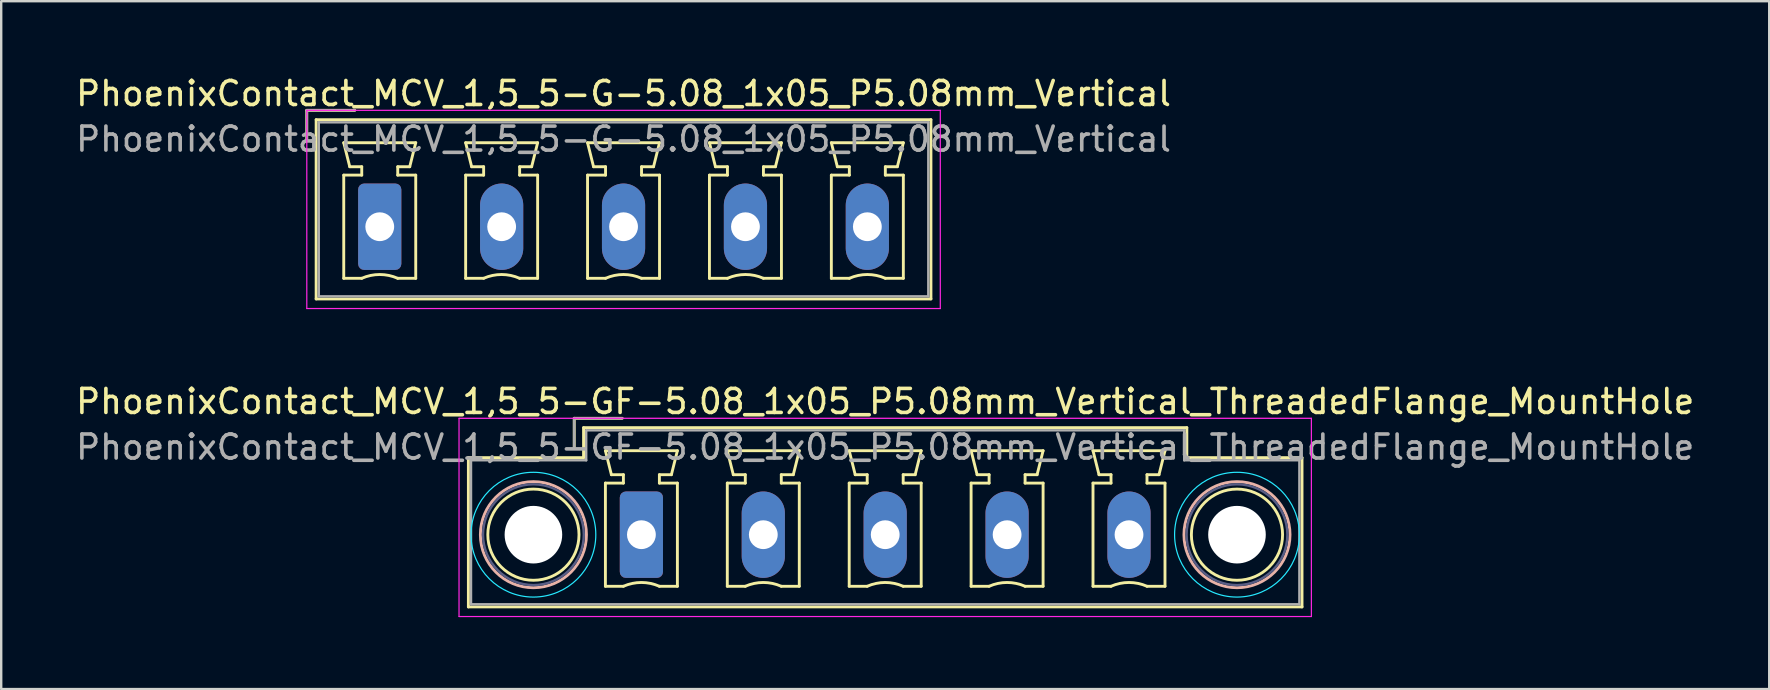
<source format=kicad_pcb>
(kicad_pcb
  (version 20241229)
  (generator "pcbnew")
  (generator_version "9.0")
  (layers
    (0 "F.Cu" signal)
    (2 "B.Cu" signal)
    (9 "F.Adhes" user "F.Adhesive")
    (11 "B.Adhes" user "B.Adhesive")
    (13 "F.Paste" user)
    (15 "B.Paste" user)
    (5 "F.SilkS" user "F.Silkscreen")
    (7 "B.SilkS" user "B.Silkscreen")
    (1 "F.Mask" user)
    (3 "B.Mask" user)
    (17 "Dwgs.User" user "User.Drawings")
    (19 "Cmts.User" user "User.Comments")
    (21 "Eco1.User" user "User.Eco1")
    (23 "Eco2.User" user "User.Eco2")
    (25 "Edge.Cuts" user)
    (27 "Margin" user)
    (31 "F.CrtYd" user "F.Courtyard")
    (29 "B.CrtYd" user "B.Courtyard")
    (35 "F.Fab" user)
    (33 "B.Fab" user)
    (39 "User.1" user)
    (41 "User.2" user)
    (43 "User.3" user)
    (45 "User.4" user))
  (footprint "PhoenixContact_MCV_1,5_5-GF-5.08_1x05_P5.08mm_Vertical_ThreadedFlange_MountHole"
    (layer "F.Cu")
    (at 23.679 19.232)
    (property "Reference" "PhoenixContact_MCV_1,5_5-GF-5.08_1x05_P5.08mm_Vertical_ThreadedFlange_MountHole" (at 10.16 -5.55 0) (layer "F.SilkS") (effects (font (size 1 1) (thickness 0.15))))
    (attr through_hole)
    (fp_line (start -7.21 -3.21) (end -7.21 3.01) (stroke (width 0.12) (type solid)) (layer "F.SilkS"))
    (fp_line (start -7.21 3.01) (end 27.53 3.01) (stroke (width 0.12) (type solid)) (layer "F.SilkS"))
    (fp_line (start -2.8 -4.85) (end -0.8 -4.85) (stroke (width 0.12) (type solid)) (layer "F.SilkS"))
    (fp_line (start -2.8 -3.6) (end -2.8 -4.85) (stroke (width 0.12) (type solid)) (layer "F.SilkS"))
    (fp_line (start -2.41 -4.46) (end -2.41 -3.21) (stroke (width 0.12) (type solid)) (layer "F.SilkS"))
    (fp_line (start -2.41 -3.21) (end -7.21 -3.21) (stroke (width 0.12) (type solid)) (layer "F.SilkS"))
    (fp_line (start -1.5 -3.5) (end 1.5 -3.5) (stroke (width 0.12) (type solid)) (layer "F.SilkS"))
    (fp_line (start -1.5 -2.15) (end -0.75 -2.15) (stroke (width 0.12) (type solid)) (layer "F.SilkS"))
    (fp_line (start -1.5 2.15) (end -1.5 -2.15) (stroke (width 0.12) (type solid)) (layer "F.SilkS"))
    (fp_line (start -1.25 -2.5) (end -1.5 -3.5) (stroke (width 0.12) (type solid)) (layer "F.SilkS"))
    (fp_line (start -0.75 -2.5) (end -1.25 -2.5) (stroke (width 0.12) (type solid)) (layer "F.SilkS"))
    (fp_line (start -0.75 -2.15) (end -0.75 -2.5) (stroke (width 0.12) (type solid)) (layer "F.SilkS"))
    (fp_line (start -0.75 2.15) (end -1.5 2.15) (stroke (width 0.12) (type solid)) (layer "F.SilkS"))
    (fp_line (start 0.75 -2.5) (end 0.75 -2.15) (stroke (width 0.12) (type solid)) (layer "F.SilkS"))
    (fp_line (start 0.75 -2.15) (end 1.5 -2.15) (stroke (width 0.12) (type solid)) (layer "F.SilkS"))
    (fp_line (start 1.25 -2.5) (end 0.75 -2.5) (stroke (width 0.12) (type solid)) (layer "F.SilkS"))
    (fp_line (start 1.5 -3.5) (end 1.25 -2.5) (stroke (width 0.12) (type solid)) (layer "F.SilkS"))
    (fp_line (start 1.5 -2.15) (end 1.5 2.15) (stroke (width 0.12) (type solid)) (layer "F.SilkS"))
    (fp_line (start 1.5 2.15) (end 0.75 2.15) (stroke (width 0.12) (type solid)) (layer "F.SilkS"))
    (fp_line (start 3.58 -3.5) (end 6.58 -3.5) (stroke (width 0.12) (type solid)) (layer "F.SilkS"))
    (fp_line (start 3.58 -2.15) (end 4.33 -2.15) (stroke (width 0.12) (type solid)) (layer "F.SilkS"))
    (fp_line (start 3.58 2.15) (end 3.58 -2.15) (stroke (width 0.12) (type solid)) (layer "F.SilkS"))
    (fp_line (start 3.83 -2.5) (end 3.58 -3.5) (stroke (width 0.12) (type solid)) (layer "F.SilkS"))
    (fp_line (start 4.33 -2.5) (end 3.83 -2.5) (stroke (width 0.12) (type solid)) (layer "F.SilkS"))
    (fp_line (start 4.33 -2.15) (end 4.33 -2.5) (stroke (width 0.12) (type solid)) (layer "F.SilkS"))
    (fp_line (start 4.33 2.15) (end 3.58 2.15) (stroke (width 0.12) (type solid)) (layer "F.SilkS"))
    (fp_line (start 5.83 -2.5) (end 5.83 -2.15) (stroke (width 0.12) (type solid)) (layer "F.SilkS"))
    (fp_line (start 5.83 -2.15) (end 6.58 -2.15) (stroke (width 0.12) (type solid)) (layer "F.SilkS"))
    (fp_line (start 6.33 -2.5) (end 5.83 -2.5) (stroke (width 0.12) (type solid)) (layer "F.SilkS"))
    (fp_line (start 6.58 -3.5) (end 6.33 -2.5) (stroke (width 0.12) (type solid)) (layer "F.SilkS"))
    (fp_line (start 6.58 -2.15) (end 6.58 2.15) (stroke (width 0.12) (type solid)) (layer "F.SilkS"))
    (fp_line (start 6.58 2.15) (end 5.83 2.15) (stroke (width 0.12) (type solid)) (layer "F.SilkS"))
    (fp_line (start 8.66 -3.5) (end 11.66 -3.5) (stroke (width 0.12) (type solid)) (layer "F.SilkS"))
    (fp_line (start 8.66 -2.15) (end 9.41 -2.15) (stroke (width 0.12) (type solid)) (layer "F.SilkS"))
    (fp_line (start 8.66 2.15) (end 8.66 -2.15) (stroke (width 0.12) (type solid)) (layer "F.SilkS"))
    (fp_line (start 8.91 -2.5) (end 8.66 -3.5) (stroke (width 0.12) (type solid)) (layer "F.SilkS"))
    (fp_line (start 9.41 -2.5) (end 8.91 -2.5) (stroke (width 0.12) (type solid)) (layer "F.SilkS"))
    (fp_line (start 9.41 -2.15) (end 9.41 -2.5) (stroke (width 0.12) (type solid)) (layer "F.SilkS"))
    (fp_line (start 9.41 2.15) (end 8.66 2.15) (stroke (width 0.12) (type solid)) (layer "F.SilkS"))
    (fp_line (start 10.91 -2.5) (end 10.91 -2.15) (stroke (width 0.12) (type solid)) (layer "F.SilkS"))
    (fp_line (start 10.91 -2.15) (end 11.66 -2.15) (stroke (width 0.12) (type solid)) (layer "F.SilkS"))
    (fp_line (start 11.41 -2.5) (end 10.91 -2.5) (stroke (width 0.12) (type solid)) (layer "F.SilkS"))
    (fp_line (start 11.66 -3.5) (end 11.41 -2.5) (stroke (width 0.12) (type solid)) (layer "F.SilkS"))
    (fp_line (start 11.66 -2.15) (end 11.66 2.15) (stroke (width 0.12) (type solid)) (layer "F.SilkS"))
    (fp_line (start 11.66 2.15) (end 10.91 2.15) (stroke (width 0.12) (type solid)) (layer "F.SilkS"))
    (fp_line (start 13.74 -3.5) (end 16.74 -3.5) (stroke (width 0.12) (type solid)) (layer "F.SilkS"))
    (fp_line (start 13.74 -2.15) (end 14.49 -2.15) (stroke (width 0.12) (type solid)) (layer "F.SilkS"))
    (fp_line (start 13.74 2.15) (end 13.74 -2.15) (stroke (width 0.12) (type solid)) (layer "F.SilkS"))
    (fp_line (start 13.99 -2.5) (end 13.74 -3.5) (stroke (width 0.12) (type solid)) (layer "F.SilkS"))
    (fp_line (start 14.49 -2.5) (end 13.99 -2.5) (stroke (width 0.12) (type solid)) (layer "F.SilkS"))
    (fp_line (start 14.49 -2.15) (end 14.49 -2.5) (stroke (width 0.12) (type solid)) (layer "F.SilkS"))
    (fp_line (start 14.49 2.15) (end 13.74 2.15) (stroke (width 0.12) (type solid)) (layer "F.SilkS"))
    (fp_line (start 15.99 -2.5) (end 15.99 -2.15) (stroke (width 0.12) (type solid)) (layer "F.SilkS"))
    (fp_line (start 15.99 -2.15) (end 16.74 -2.15) (stroke (width 0.12) (type solid)) (layer "F.SilkS"))
    (fp_line (start 16.49 -2.5) (end 15.99 -2.5) (stroke (width 0.12) (type solid)) (layer "F.SilkS"))
    (fp_line (start 16.74 -3.5) (end 16.49 -2.5) (stroke (width 0.12) (type solid)) (layer "F.SilkS"))
    (fp_line (start 16.74 -2.15) (end 16.74 2.15) (stroke (width 0.12) (type solid)) (layer "F.SilkS"))
    (fp_line (start 16.74 2.15) (end 15.99 2.15) (stroke (width 0.12) (type solid)) (layer "F.SilkS"))
    (fp_line (start 18.82 -3.5) (end 21.82 -3.5) (stroke (width 0.12) (type solid)) (layer "F.SilkS"))
    (fp_line (start 18.82 -2.15) (end 19.57 -2.15) (stroke (width 0.12) (type solid)) (layer "F.SilkS"))
    (fp_line (start 18.82 2.15) (end 18.82 -2.15) (stroke (width 0.12) (type solid)) (layer "F.SilkS"))
    (fp_line (start 19.07 -2.5) (end 18.82 -3.5) (stroke (width 0.12) (type solid)) (layer "F.SilkS"))
    (fp_line (start 19.57 -2.5) (end 19.07 -2.5) (stroke (width 0.12) (type solid)) (layer "F.SilkS"))
    (fp_line (start 19.57 -2.15) (end 19.57 -2.5) (stroke (width 0.12) (type solid)) (layer "F.SilkS"))
    (fp_line (start 19.57 2.15) (end 18.82 2.15) (stroke (width 0.12) (type solid)) (layer "F.SilkS"))
    (fp_line (start 21.07 -2.5) (end 21.07 -2.15) (stroke (width 0.12) (type solid)) (layer "F.SilkS"))
    (fp_line (start 21.07 -2.15) (end 21.82 -2.15) (stroke (width 0.12) (type solid)) (layer "F.SilkS"))
    (fp_line (start 21.57 -2.5) (end 21.07 -2.5) (stroke (width 0.12) (type solid)) (layer "F.SilkS"))
    (fp_line (start 21.82 -3.5) (end 21.57 -2.5) (stroke (width 0.12) (type solid)) (layer "F.SilkS"))
    (fp_line (start 21.82 -2.15) (end 21.82 2.15) (stroke (width 0.12) (type solid)) (layer "F.SilkS"))
    (fp_line (start 21.82 2.15) (end 21.07 2.15) (stroke (width 0.12) (type solid)) (layer "F.SilkS"))
    (fp_line (start 22.73 -4.46) (end -2.41 -4.46) (stroke (width 0.12) (type solid)) (layer "F.SilkS"))
    (fp_line (start 22.73 -3.21) (end 22.73 -4.46) (stroke (width 0.12) (type solid)) (layer "F.SilkS"))
    (fp_line (start 27.53 -3.21) (end 22.73 -3.21) (stroke (width 0.12) (type solid)) (layer "F.SilkS"))
    (fp_line (start 27.53 3.01) (end 27.53 -3.21) (stroke (width 0.12) (type solid)) (layer "F.SilkS"))
    (fp_arc (start -0.75 2.15) (mid -0.000193 1.99191) (end 0.749647 2.149844) (stroke (width 0.12) (type solid)) (layer "F.SilkS"))
    (fp_arc (start 4.33 2.15) (mid 5.079807 1.99191) (end 5.829647 2.149844) (stroke (width 0.12) (type solid)) (layer "F.SilkS"))
    (fp_arc (start 9.41 2.15) (mid 10.159807 1.99191) (end 10.909647 2.149844) (stroke (width 0.12) (type solid)) (layer "F.SilkS"))
    (fp_arc (start 14.49 2.15) (mid 15.239807 1.99191) (end 15.989647 2.149844) (stroke (width 0.12) (type solid)) (layer "F.SilkS"))
    (fp_arc (start 19.57 2.15) (mid 20.319807 1.99191) (end 21.069647 2.149844) (stroke (width 0.12) (type solid)) (layer "F.SilkS"))
    (fp_circle (center -4.5 0) (end -2.6 0) (stroke (width 0.12) (type solid)) (fill no) (layer "F.SilkS"))
    (fp_circle (center 24.82 0) (end 26.72 0) (stroke (width 0.12) (type solid)) (fill no) (layer "F.SilkS"))
    (fp_circle (center -4.5 0) (end -2.29 0) (stroke (width 0.12) (type solid)) (fill no) (layer "B.SilkS"))
    (fp_circle (center 24.82 0) (end 27.03 0) (stroke (width 0.12) (type solid)) (fill no) (layer "B.SilkS"))
    (fp_circle (center -4.5 0) (end -1.9 0) (stroke (width 0.05) (type solid)) (fill no) (layer "B.CrtYd"))
    (fp_circle (center 24.82 0) (end 27.42 0) (stroke (width 0.05) (type solid)) (fill no) (layer "B.CrtYd"))
    (fp_line (start -7.6 -4.85) (end -7.6 3.41) (stroke (width 0.05) (type solid)) (layer "F.CrtYd"))
    (fp_line (start -7.6 3.41) (end 27.92 3.41) (stroke (width 0.05) (type solid)) (layer "F.CrtYd"))
    (fp_line (start 27.92 -4.85) (end -7.6 -4.85) (stroke (width 0.05) (type solid)) (layer "F.CrtYd"))
    (fp_line (start 27.92 3.41) (end 27.92 -4.85) (stroke (width 0.05) (type solid)) (layer "F.CrtYd"))
    (fp_circle (center -4.5 0) (end -2.4 0) (stroke (width 0.1) (type solid)) (fill no) (layer "B.Fab"))
    (fp_circle (center 24.82 0) (end 26.92 0) (stroke (width 0.1) (type solid)) (fill no) (layer "B.Fab"))
    (fp_line (start -7.1 -3.1) (end -7.1 2.9) (stroke (width 0.1) (type solid)) (layer "F.Fab"))
    (fp_line (start -7.1 2.9) (end 27.42 2.9) (stroke (width 0.1) (type solid)) (layer "F.Fab"))
    (fp_line (start -2.8 -4.85) (end -0.8 -4.85) (stroke (width 0.1) (type solid)) (layer "F.Fab"))
    (fp_line (start -2.8 -3.6) (end -2.8 -4.85) (stroke (width 0.1) (type solid)) (layer "F.Fab"))
    (fp_line (start -2.3 -4.35) (end -2.3 -3.1) (stroke (width 0.1) (type solid)) (layer "F.Fab"))
    (fp_line (start -2.3 -3.1) (end -7.1 -3.1) (stroke (width 0.1) (type solid)) (layer "F.Fab"))
    (fp_line (start 22.62 -4.35) (end -2.3 -4.35) (stroke (width 0.1) (type solid)) (layer "F.Fab"))
    (fp_line (start 22.62 -3.1) (end 22.62 -4.35) (stroke (width 0.1) (type solid)) (layer "F.Fab"))
    (fp_line (start 27.42 -3.1) (end 22.62 -3.1) (stroke (width 0.1) (type solid)) (layer "F.Fab"))
    (fp_line (start 27.42 2.9) (end 27.42 -3.1) (stroke (width 0.1) (type solid)) (layer "F.Fab"))
    (fp_text user "${REFERENCE}" (at 10.16 -3.65 0) (layer "F.Fab") (effects (font (size 1 1) (thickness 0.15))))
    (pad "" np_thru_hole circle (at -4.5 0) (size 2.4 2.4) (drill 2.4) (layers "*.Cu" "*.Mask"))
    (pad "" np_thru_hole circle (at 24.82 0) (size 2.4 2.4) (drill 2.4) (layers "*.Cu" "*.Mask"))
    (pad "1" thru_hole roundrect (at 0 0) (size 1.8 3.6) (drill 1.2) (layers "*.Cu" "*.Mask") (roundrect_rratio 0.139))
    (pad "2" thru_hole oval (at 5.08 0) (size 1.8 3.6) (drill 1.2) (layers "*.Cu" "*.Mask"))
    (pad "3" thru_hole oval (at 10.16 0) (size 1.8 3.6) (drill 1.2) (layers "*.Cu" "*.Mask"))
    (pad "4" thru_hole oval (at 15.24 0) (size 1.8 3.6) (drill 1.2) (layers "*.Cu" "*.Mask"))
    (pad "5" thru_hole oval (at 20.32 0) (size 1.8 3.6) (drill 1.2) (layers "*.Cu" "*.Mask")))
  (footprint "PhoenixContact_MCV_1,5_5-G-5.08_1x05_P5.08mm_Vertical"
    (layer "F.Cu")
    (at 12.775 6.398)
    (property "Reference" "PhoenixContact_MCV_1,5_5-G-5.08_1x05_P5.08mm_Vertical" (at 10.16 -5.55 0) (layer "F.SilkS") (effects (font (size 1 1) (thickness 0.15))))
    (attr through_hole)
    (fp_line (start -3.04 -4.85) (end -1.04 -4.85) (stroke (width 0.12) (type solid)) (layer "F.SilkS"))
    (fp_line (start -3.04 -3.6) (end -3.04 -4.85) (stroke (width 0.12) (type solid)) (layer "F.SilkS"))
    (fp_line (start -2.65 -4.46) (end -2.65 3.01) (stroke (width 0.12) (type solid)) (layer "F.SilkS"))
    (fp_line (start -2.65 3.01) (end 22.97 3.01) (stroke (width 0.12) (type solid)) (layer "F.SilkS"))
    (fp_line (start -1.5 -3.5) (end 1.5 -3.5) (stroke (width 0.12) (type solid)) (layer "F.SilkS"))
    (fp_line (start -1.5 -2.15) (end -0.75 -2.15) (stroke (width 0.12) (type solid)) (layer "F.SilkS"))
    (fp_line (start -1.5 2.15) (end -1.5 -2.15) (stroke (width 0.12) (type solid)) (layer "F.SilkS"))
    (fp_line (start -1.25 -2.5) (end -1.5 -3.5) (stroke (width 0.12) (type solid)) (layer "F.SilkS"))
    (fp_line (start -0.75 -2.5) (end -1.25 -2.5) (stroke (width 0.12) (type solid)) (layer "F.SilkS"))
    (fp_line (start -0.75 -2.15) (end -0.75 -2.5) (stroke (width 0.12) (type solid)) (layer "F.SilkS"))
    (fp_line (start -0.75 2.15) (end -1.5 2.15) (stroke (width 0.12) (type solid)) (layer "F.SilkS"))
    (fp_line (start 0.75 -2.5) (end 0.75 -2.15) (stroke (width 0.12) (type solid)) (layer "F.SilkS"))
    (fp_line (start 0.75 -2.15) (end 1.5 -2.15) (stroke (width 0.12) (type solid)) (layer "F.SilkS"))
    (fp_line (start 1.25 -2.5) (end 0.75 -2.5) (stroke (width 0.12) (type solid)) (layer "F.SilkS"))
    (fp_line (start 1.5 -3.5) (end 1.25 -2.5) (stroke (width 0.12) (type solid)) (layer "F.SilkS"))
    (fp_line (start 1.5 -2.15) (end 1.5 2.15) (stroke (width 0.12) (type solid)) (layer "F.SilkS"))
    (fp_line (start 1.5 2.15) (end 0.75 2.15) (stroke (width 0.12) (type solid)) (layer "F.SilkS"))
    (fp_line (start 3.58 -3.5) (end 6.58 -3.5) (stroke (width 0.12) (type solid)) (layer "F.SilkS"))
    (fp_line (start 3.58 -2.15) (end 4.33 -2.15) (stroke (width 0.12) (type solid)) (layer "F.SilkS"))
    (fp_line (start 3.58 2.15) (end 3.58 -2.15) (stroke (width 0.12) (type solid)) (layer "F.SilkS"))
    (fp_line (start 3.83 -2.5) (end 3.58 -3.5) (stroke (width 0.12) (type solid)) (layer "F.SilkS"))
    (fp_line (start 4.33 -2.5) (end 3.83 -2.5) (stroke (width 0.12) (type solid)) (layer "F.SilkS"))
    (fp_line (start 4.33 -2.15) (end 4.33 -2.5) (stroke (width 0.12) (type solid)) (layer "F.SilkS"))
    (fp_line (start 4.33 2.15) (end 3.58 2.15) (stroke (width 0.12) (type solid)) (layer "F.SilkS"))
    (fp_line (start 5.83 -2.5) (end 5.83 -2.15) (stroke (width 0.12) (type solid)) (layer "F.SilkS"))
    (fp_line (start 5.83 -2.15) (end 6.58 -2.15) (stroke (width 0.12) (type solid)) (layer "F.SilkS"))
    (fp_line (start 6.33 -2.5) (end 5.83 -2.5) (stroke (width 0.12) (type solid)) (layer "F.SilkS"))
    (fp_line (start 6.58 -3.5) (end 6.33 -2.5) (stroke (width 0.12) (type solid)) (layer "F.SilkS"))
    (fp_line (start 6.58 -2.15) (end 6.58 2.15) (stroke (width 0.12) (type solid)) (layer "F.SilkS"))
    (fp_line (start 6.58 2.15) (end 5.83 2.15) (stroke (width 0.12) (type solid)) (layer "F.SilkS"))
    (fp_line (start 8.66 -3.5) (end 11.66 -3.5) (stroke (width 0.12) (type solid)) (layer "F.SilkS"))
    (fp_line (start 8.66 -2.15) (end 9.41 -2.15) (stroke (width 0.12) (type solid)) (layer "F.SilkS"))
    (fp_line (start 8.66 2.15) (end 8.66 -2.15) (stroke (width 0.12) (type solid)) (layer "F.SilkS"))
    (fp_line (start 8.91 -2.5) (end 8.66 -3.5) (stroke (width 0.12) (type solid)) (layer "F.SilkS"))
    (fp_line (start 9.41 -2.5) (end 8.91 -2.5) (stroke (width 0.12) (type solid)) (layer "F.SilkS"))
    (fp_line (start 9.41 -2.15) (end 9.41 -2.5) (stroke (width 0.12) (type solid)) (layer "F.SilkS"))
    (fp_line (start 9.41 2.15) (end 8.66 2.15) (stroke (width 0.12) (type solid)) (layer "F.SilkS"))
    (fp_line (start 10.91 -2.5) (end 10.91 -2.15) (stroke (width 0.12) (type solid)) (layer "F.SilkS"))
    (fp_line (start 10.91 -2.15) (end 11.66 -2.15) (stroke (width 0.12) (type solid)) (layer "F.SilkS"))
    (fp_line (start 11.41 -2.5) (end 10.91 -2.5) (stroke (width 0.12) (type solid)) (layer "F.SilkS"))
    (fp_line (start 11.66 -3.5) (end 11.41 -2.5) (stroke (width 0.12) (type solid)) (layer "F.SilkS"))
    (fp_line (start 11.66 -2.15) (end 11.66 2.15) (stroke (width 0.12) (type solid)) (layer "F.SilkS"))
    (fp_line (start 11.66 2.15) (end 10.91 2.15) (stroke (width 0.12) (type solid)) (layer "F.SilkS"))
    (fp_line (start 13.74 -3.5) (end 16.74 -3.5) (stroke (width 0.12) (type solid)) (layer "F.SilkS"))
    (fp_line (start 13.74 -2.15) (end 14.49 -2.15) (stroke (width 0.12) (type solid)) (layer "F.SilkS"))
    (fp_line (start 13.74 2.15) (end 13.74 -2.15) (stroke (width 0.12) (type solid)) (layer "F.SilkS"))
    (fp_line (start 13.99 -2.5) (end 13.74 -3.5) (stroke (width 0.12) (type solid)) (layer "F.SilkS"))
    (fp_line (start 14.49 -2.5) (end 13.99 -2.5) (stroke (width 0.12) (type solid)) (layer "F.SilkS"))
    (fp_line (start 14.49 -2.15) (end 14.49 -2.5) (stroke (width 0.12) (type solid)) (layer "F.SilkS"))
    (fp_line (start 14.49 2.15) (end 13.74 2.15) (stroke (width 0.12) (type solid)) (layer "F.SilkS"))
    (fp_line (start 15.99 -2.5) (end 15.99 -2.15) (stroke (width 0.12) (type solid)) (layer "F.SilkS"))
    (fp_line (start 15.99 -2.15) (end 16.74 -2.15) (stroke (width 0.12) (type solid)) (layer "F.SilkS"))
    (fp_line (start 16.49 -2.5) (end 15.99 -2.5) (stroke (width 0.12) (type solid)) (layer "F.SilkS"))
    (fp_line (start 16.74 -3.5) (end 16.49 -2.5) (stroke (width 0.12) (type solid)) (layer "F.SilkS"))
    (fp_line (start 16.74 -2.15) (end 16.74 2.15) (stroke (width 0.12) (type solid)) (layer "F.SilkS"))
    (fp_line (start 16.74 2.15) (end 15.99 2.15) (stroke (width 0.12) (type solid)) (layer "F.SilkS"))
    (fp_line (start 18.82 -3.5) (end 21.82 -3.5) (stroke (width 0.12) (type solid)) (layer "F.SilkS"))
    (fp_line (start 18.82 -2.15) (end 19.57 -2.15) (stroke (width 0.12) (type solid)) (layer "F.SilkS"))
    (fp_line (start 18.82 2.15) (end 18.82 -2.15) (stroke (width 0.12) (type solid)) (layer "F.SilkS"))
    (fp_line (start 19.07 -2.5) (end 18.82 -3.5) (stroke (width 0.12) (type solid)) (layer "F.SilkS"))
    (fp_line (start 19.57 -2.5) (end 19.07 -2.5) (stroke (width 0.12) (type solid)) (layer "F.SilkS"))
    (fp_line (start 19.57 -2.15) (end 19.57 -2.5) (stroke (width 0.12) (type solid)) (layer "F.SilkS"))
    (fp_line (start 19.57 2.15) (end 18.82 2.15) (stroke (width 0.12) (type solid)) (layer "F.SilkS"))
    (fp_line (start 21.07 -2.5) (end 21.07 -2.15) (stroke (width 0.12) (type solid)) (layer "F.SilkS"))
    (fp_line (start 21.07 -2.15) (end 21.82 -2.15) (stroke (width 0.12) (type solid)) (layer "F.SilkS"))
    (fp_line (start 21.57 -2.5) (end 21.07 -2.5) (stroke (width 0.12) (type solid)) (layer "F.SilkS"))
    (fp_line (start 21.82 -3.5) (end 21.57 -2.5) (stroke (width 0.12) (type solid)) (layer "F.SilkS"))
    (fp_line (start 21.82 -2.15) (end 21.82 2.15) (stroke (width 0.12) (type solid)) (layer "F.SilkS"))
    (fp_line (start 21.82 2.15) (end 21.07 2.15) (stroke (width 0.12) (type solid)) (layer "F.SilkS"))
    (fp_line (start 22.97 -4.46) (end -2.65 -4.46) (stroke (width 0.12) (type solid)) (layer "F.SilkS"))
    (fp_line (start 22.97 3.01) (end 22.97 -4.46) (stroke (width 0.12) (type solid)) (layer "F.SilkS"))
    (fp_arc (start -0.75 2.15) (mid -0.000193 1.99191) (end 0.749647 2.149844) (stroke (width 0.12) (type solid)) (layer "F.SilkS"))
    (fp_arc (start 4.33 2.15) (mid 5.079807 1.99191) (end 5.829647 2.149844) (stroke (width 0.12) (type solid)) (layer "F.SilkS"))
    (fp_arc (start 9.41 2.15) (mid 10.159807 1.99191) (end 10.909647 2.149844) (stroke (width 0.12) (type solid)) (layer "F.SilkS"))
    (fp_arc (start 14.49 2.15) (mid 15.239807 1.99191) (end 15.989647 2.149844) (stroke (width 0.12) (type solid)) (layer "F.SilkS"))
    (fp_arc (start 19.57 2.15) (mid 20.319807 1.99191) (end 21.069647 2.149844) (stroke (width 0.12) (type solid)) (layer "F.SilkS"))
    (fp_line (start -3.04 -4.85) (end -3.04 3.41) (stroke (width 0.05) (type solid)) (layer "F.CrtYd"))
    (fp_line (start -3.04 3.41) (end 23.36 3.41) (stroke (width 0.05) (type solid)) (layer "F.CrtYd"))
    (fp_line (start 23.36 -4.85) (end -3.04 -4.85) (stroke (width 0.05) (type solid)) (layer "F.CrtYd"))
    (fp_line (start 23.36 3.41) (end 23.36 -4.85) (stroke (width 0.05) (type solid)) (layer "F.CrtYd"))
    (fp_line (start -3.04 -4.85) (end -1.04 -4.85) (stroke (width 0.1) (type solid)) (layer "F.Fab"))
    (fp_line (start -3.04 -3.6) (end -3.04 -4.85) (stroke (width 0.1) (type solid)) (layer "F.Fab"))
    (fp_line (start -2.54 -4.35) (end -2.54 2.9) (stroke (width 0.1) (type solid)) (layer "F.Fab"))
    (fp_line (start -2.54 2.9) (end 22.86 2.9) (stroke (width 0.1) (type solid)) (layer "F.Fab"))
    (fp_line (start 22.86 -4.35) (end -2.54 -4.35) (stroke (width 0.1) (type solid)) (layer "F.Fab"))
    (fp_line (start 22.86 2.9) (end 22.86 -4.35) (stroke (width 0.1) (type solid)) (layer "F.Fab"))
    (fp_text user "${REFERENCE}" (at 10.16 -3.65 0) (layer "F.Fab") (effects (font (size 1 1) (thickness 0.15))))
    (pad "1" thru_hole roundrect (at 0 0) (size 1.8 3.6) (drill 1.2) (layers "*.Cu" "*.Mask") (roundrect_rratio 0.139))
    (pad "2" thru_hole oval (at 5.08 0) (size 1.8 3.6) (drill 1.2) (layers "*.Cu" "*.Mask"))
    (pad "3" thru_hole oval (at 10.16 0) (size 1.8 3.6) (drill 1.2) (layers "*.Cu" "*.Mask"))
    (pad "4" thru_hole oval (at 15.24 0) (size 1.8 3.6) (drill 1.2) (layers "*.Cu" "*.Mask"))
    (pad "5" thru_hole oval (at 20.32 0) (size 1.8 3.6) (drill 1.2) (layers "*.Cu" "*.Mask")))
  (gr_rect
    (start -3 -3)
    (end 70.679 25.666)
    (stroke (width 0.1) (type default))
    (fill no)
    (layer "Edge.Cuts")))
</source>
